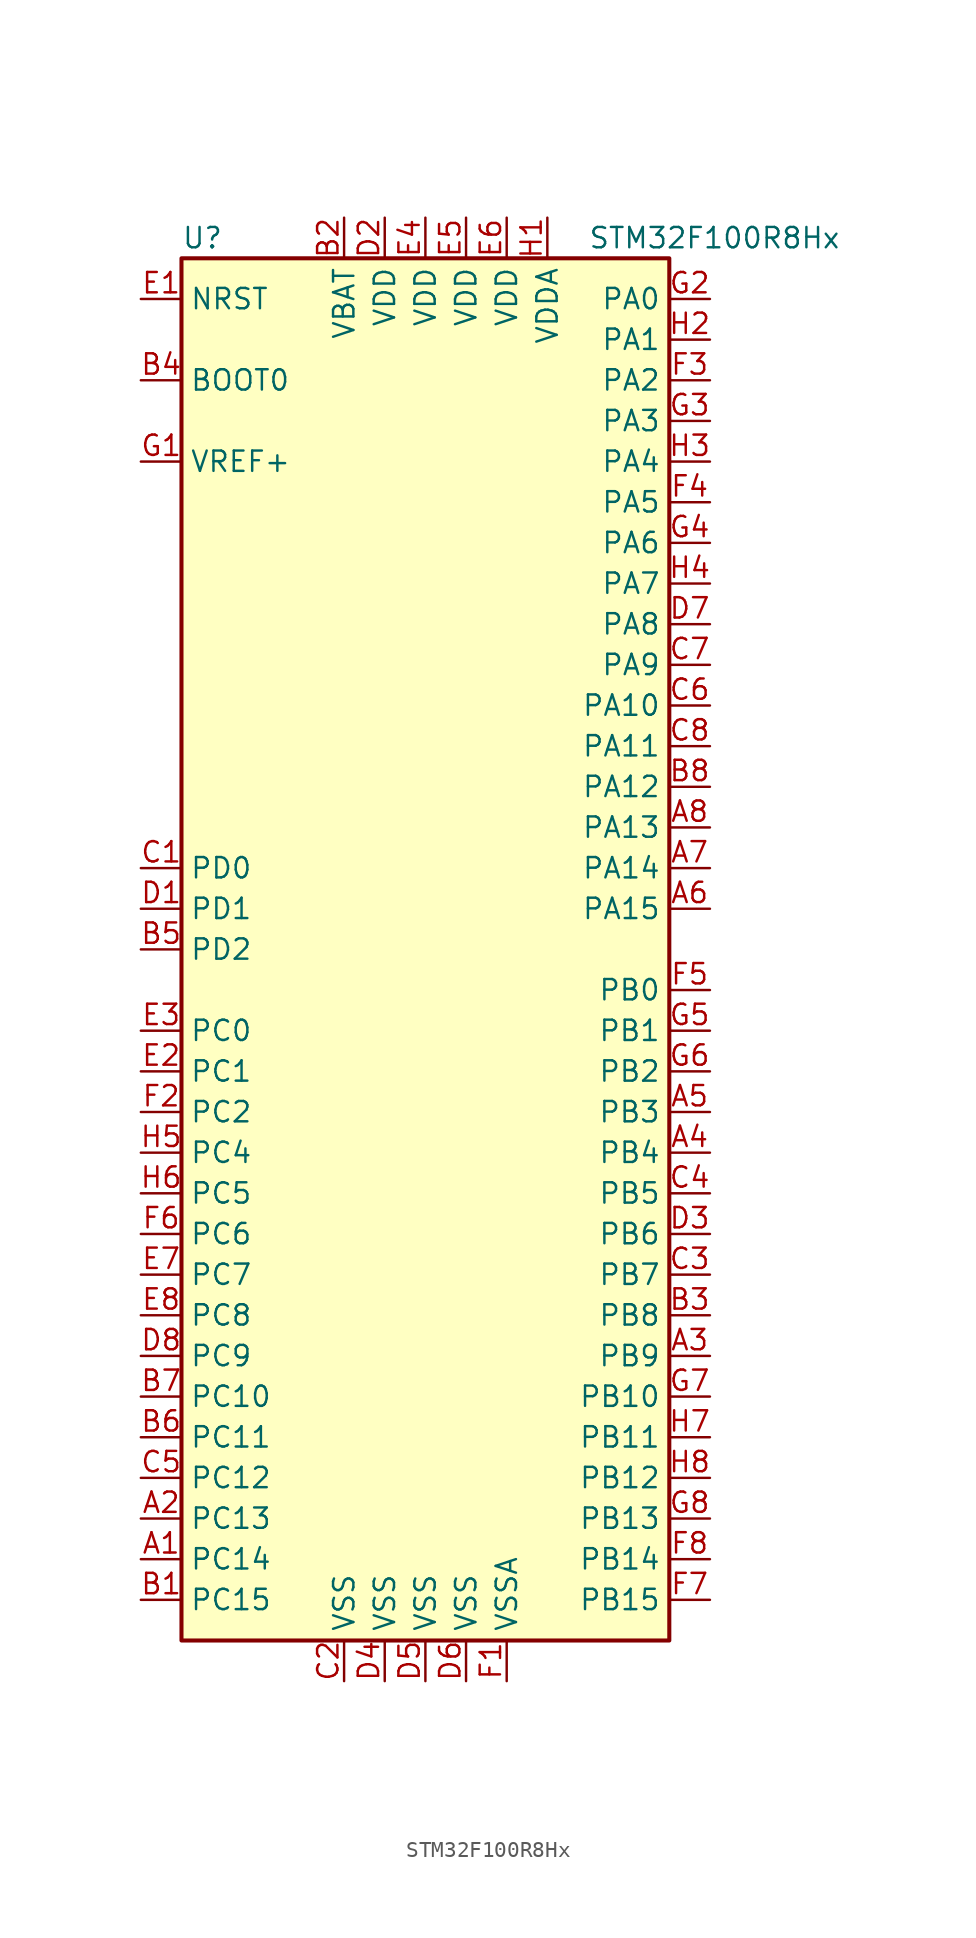
<source format=kicad_sym>
(kicad_symbol_lib
  (version 20201005)
  (generator kicad_symbol_editor)
  (symbol "MCU_ST_STM32F1:STM32F100R8Hx"
    (property "Reference" "U"
      (at -15.24 44.45 0)
      (effects (font (size 1.27 1.27)) (justify left)))
    (property "Value" "STM32F100R8Hx"
      (at 10.16 44.45 0)
      (effects (font (size 1.27 1.27)) (justify left)))
    (symbol "STM32F100R8Hx_0_1"
      (rectangle (start -15.24 -43.18) (end 15.24 43.18) (stroke (width 0.254)) (fill (type background))))
    (symbol "STM32F100R8Hx_1_1"
      (pin input line (at -17.78 35.56 0) (length 2.54) (name "BOOT0" (effects (font (size 1.27 1.27)))) (number "B4" (effects (font (size 1.27 1.27)))))
      (pin input line (at -17.78 40.64 0) (length 2.54) (name "NRST" (effects (font (size 1.27 1.27)))) (number "E1" (effects (font (size 1.27 1.27)))))
      (pin bidirectional line (at 17.78 40.64 180) (length 2.54) (name "PA0" (effects (font (size 1.27 1.27)))) (number "G2" (effects (font (size 1.27 1.27)))))
      (pin bidirectional line (at 17.78 38.1 180) (length 2.54) (name "PA1" (effects (font (size 1.27 1.27)))) (number "H2" (effects (font (size 1.27 1.27)))))
      (pin bidirectional line (at 17.78 15.24 180) (length 2.54) (name "PA10" (effects (font (size 1.27 1.27)))) (number "C6" (effects (font (size 1.27 1.27)))))
      (pin bidirectional line (at 17.78 12.7 180) (length 2.54) (name "PA11" (effects (font (size 1.27 1.27)))) (number "C8" (effects (font (size 1.27 1.27)))))
      (pin bidirectional line (at 17.78 10.16 180) (length 2.54) (name "PA12" (effects (font (size 1.27 1.27)))) (number "B8" (effects (font (size 1.27 1.27)))))
      (pin bidirectional line (at 17.78 7.62 180) (length 2.54) (name "PA13" (effects (font (size 1.27 1.27)))) (number "A8" (effects (font (size 1.27 1.27)))))
      (pin bidirectional line (at 17.78 5.08 180) (length 2.54) (name "PA14" (effects (font (size 1.27 1.27)))) (number "A7" (effects (font (size 1.27 1.27)))))
      (pin bidirectional line (at 17.78 2.54 180) (length 2.54) (name "PA15" (effects (font (size 1.27 1.27)))) (number "A6" (effects (font (size 1.27 1.27)))))
      (pin bidirectional line (at 17.78 35.56 180) (length 2.54) (name "PA2" (effects (font (size 1.27 1.27)))) (number "F3" (effects (font (size 1.27 1.27)))))
      (pin bidirectional line (at 17.78 33.02 180) (length 2.54) (name "PA3" (effects (font (size 1.27 1.27)))) (number "G3" (effects (font (size 1.27 1.27)))))
      (pin bidirectional line (at 17.78 30.48 180) (length 2.54) (name "PA4" (effects (font (size 1.27 1.27)))) (number "H3" (effects (font (size 1.27 1.27)))))
      (pin bidirectional line (at 17.78 27.94 180) (length 2.54) (name "PA5" (effects (font (size 1.27 1.27)))) (number "F4" (effects (font (size 1.27 1.27)))))
      (pin bidirectional line (at 17.78 25.4 180) (length 2.54) (name "PA6" (effects (font (size 1.27 1.27)))) (number "G4" (effects (font (size 1.27 1.27)))))
      (pin bidirectional line (at 17.78 22.86 180) (length 2.54) (name "PA7" (effects (font (size 1.27 1.27)))) (number "H4" (effects (font (size 1.27 1.27)))))
      (pin bidirectional line (at 17.78 20.32 180) (length 2.54) (name "PA8" (effects (font (size 1.27 1.27)))) (number "D7" (effects (font (size 1.27 1.27)))))
      (pin bidirectional line (at 17.78 17.78 180) (length 2.54) (name "PA9" (effects (font (size 1.27 1.27)))) (number "C7" (effects (font (size 1.27 1.27)))))
      (pin bidirectional line (at 17.78 -2.54 180) (length 2.54) (name "PB0" (effects (font (size 1.27 1.27)))) (number "F5" (effects (font (size 1.27 1.27)))))
      (pin bidirectional line (at 17.78 -5.08 180) (length 2.54) (name "PB1" (effects (font (size 1.27 1.27)))) (number "G5" (effects (font (size 1.27 1.27)))))
      (pin bidirectional line (at 17.78 -27.94 180) (length 2.54) (name "PB10" (effects (font (size 1.27 1.27)))) (number "G7" (effects (font (size 1.27 1.27)))))
      (pin bidirectional line (at 17.78 -30.48 180) (length 2.54) (name "PB11" (effects (font (size 1.27 1.27)))) (number "H7" (effects (font (size 1.27 1.27)))))
      (pin bidirectional line (at 17.78 -33.02 180) (length 2.54) (name "PB12" (effects (font (size 1.27 1.27)))) (number "H8" (effects (font (size 1.27 1.27)))))
      (pin bidirectional line (at 17.78 -35.56 180) (length 2.54) (name "PB13" (effects (font (size 1.27 1.27)))) (number "G8" (effects (font (size 1.27 1.27)))))
      (pin bidirectional line (at 17.78 -38.1 180) (length 2.54) (name "PB14" (effects (font (size 1.27 1.27)))) (number "F8" (effects (font (size 1.27 1.27)))))
      (pin bidirectional line (at 17.78 -40.64 180) (length 2.54) (name "PB15" (effects (font (size 1.27 1.27)))) (number "F7" (effects (font (size 1.27 1.27)))))
      (pin bidirectional line (at 17.78 -7.62 180) (length 2.54) (name "PB2" (effects (font (size 1.27 1.27)))) (number "G6" (effects (font (size 1.27 1.27)))))
      (pin bidirectional line (at 17.78 -10.16 180) (length 2.54) (name "PB3" (effects (font (size 1.27 1.27)))) (number "A5" (effects (font (size 1.27 1.27)))))
      (pin bidirectional line (at 17.78 -12.7 180) (length 2.54) (name "PB4" (effects (font (size 1.27 1.27)))) (number "A4" (effects (font (size 1.27 1.27)))))
      (pin bidirectional line (at 17.78 -15.24 180) (length 2.54) (name "PB5" (effects (font (size 1.27 1.27)))) (number "C4" (effects (font (size 1.27 1.27)))))
      (pin bidirectional line (at 17.78 -17.78 180) (length 2.54) (name "PB6" (effects (font (size 1.27 1.27)))) (number "D3" (effects (font (size 1.27 1.27)))))
      (pin bidirectional line (at 17.78 -20.32 180) (length 2.54) (name "PB7" (effects (font (size 1.27 1.27)))) (number "C3" (effects (font (size 1.27 1.27)))))
      (pin bidirectional line (at 17.78 -22.86 180) (length 2.54) (name "PB8" (effects (font (size 1.27 1.27)))) (number "B3" (effects (font (size 1.27 1.27)))))
      (pin bidirectional line (at 17.78 -25.4 180) (length 2.54) (name "PB9" (effects (font (size 1.27 1.27)))) (number "A3" (effects (font (size 1.27 1.27)))))
      (pin bidirectional line (at -17.78 -5.08 0) (length 2.54) (name "PC0" (effects (font (size 1.27 1.27)))) (number "E3" (effects (font (size 1.27 1.27)))))
      (pin bidirectional line (at -17.78 -7.62 0) (length 2.54) (name "PC1" (effects (font (size 1.27 1.27)))) (number "E2" (effects (font (size 1.27 1.27)))))
      (pin bidirectional line (at -17.78 -27.94 0) (length 2.54) (name "PC10" (effects (font (size 1.27 1.27)))) (number "B7" (effects (font (size 1.27 1.27)))))
      (pin bidirectional line (at -17.78 -30.48 0) (length 2.54) (name "PC11" (effects (font (size 1.27 1.27)))) (number "B6" (effects (font (size 1.27 1.27)))))
      (pin bidirectional line (at -17.78 -33.02 0) (length 2.54) (name "PC12" (effects (font (size 1.27 1.27)))) (number "C5" (effects (font (size 1.27 1.27)))))
      (pin bidirectional line (at -17.78 -35.56 0) (length 2.54) (name "PC13" (effects (font (size 1.27 1.27)))) (number "A2" (effects (font (size 1.27 1.27)))))
      (pin bidirectional line (at -17.78 -38.1 0) (length 2.54) (name "PC14" (effects (font (size 1.27 1.27)))) (number "A1" (effects (font (size 1.27 1.27)))))
      (pin bidirectional line (at -17.78 -40.64 0) (length 2.54) (name "PC15" (effects (font (size 1.27 1.27)))) (number "B1" (effects (font (size 1.27 1.27)))))
      (pin bidirectional line (at -17.78 -10.16 0) (length 2.54) (name "PC2" (effects (font (size 1.27 1.27)))) (number "F2" (effects (font (size 1.27 1.27)))))
      (pin bidirectional line (at -17.78 -12.7 0) (length 2.54) (name "PC4" (effects (font (size 1.27 1.27)))) (number "H5" (effects (font (size 1.27 1.27)))))
      (pin bidirectional line (at -17.78 -15.24 0) (length 2.54) (name "PC5" (effects (font (size 1.27 1.27)))) (number "H6" (effects (font (size 1.27 1.27)))))
      (pin bidirectional line (at -17.78 -17.78 0) (length 2.54) (name "PC6" (effects (font (size 1.27 1.27)))) (number "F6" (effects (font (size 1.27 1.27)))))
      (pin bidirectional line (at -17.78 -20.32 0) (length 2.54) (name "PC7" (effects (font (size 1.27 1.27)))) (number "E7" (effects (font (size 1.27 1.27)))))
      (pin bidirectional line (at -17.78 -22.86 0) (length 2.54) (name "PC8" (effects (font (size 1.27 1.27)))) (number "E8" (effects (font (size 1.27 1.27)))))
      (pin bidirectional line (at -17.78 -25.4 0) (length 2.54) (name "PC9" (effects (font (size 1.27 1.27)))) (number "D8" (effects (font (size 1.27 1.27)))))
      (pin input line (at -17.78 5.08 0) (length 2.54) (name "PD0" (effects (font (size 1.27 1.27)))) (number "C1" (effects (font (size 1.27 1.27)))))
      (pin input line (at -17.78 2.54 0) (length 2.54) (name "PD1" (effects (font (size 1.27 1.27)))) (number "D1" (effects (font (size 1.27 1.27)))))
      (pin bidirectional line (at -17.78 0 0) (length 2.54) (name "PD2" (effects (font (size 1.27 1.27)))) (number "B5" (effects (font (size 1.27 1.27)))))
      (pin power_in line (at -5.08 45.72 270) (length 2.54) (name "VBAT" (effects (font (size 1.27 1.27)))) (number "B2" (effects (font (size 1.27 1.27)))))
      (pin power_in line (at -2.54 45.72 270) (length 2.54) (name "VDD" (effects (font (size 1.27 1.27)))) (number "D2" (effects (font (size 1.27 1.27)))))
      (pin power_in line (at 0 45.72 270) (length 2.54) (name "VDD" (effects (font (size 1.27 1.27)))) (number "E4" (effects (font (size 1.27 1.27)))))
      (pin power_in line (at 2.54 45.72 270) (length 2.54) (name "VDD" (effects (font (size 1.27 1.27)))) (number "E5" (effects (font (size 1.27 1.27)))))
      (pin power_in line (at 5.08 45.72 270) (length 2.54) (name "VDD" (effects (font (size 1.27 1.27)))) (number "E6" (effects (font (size 1.27 1.27)))))
      (pin power_in line (at 7.62 45.72 270) (length 2.54) (name "VDDA" (effects (font (size 1.27 1.27)))) (number "H1" (effects (font (size 1.27 1.27)))))
      (pin power_in line (at -17.78 30.48 0) (length 2.54) (name "VREF+" (effects (font (size 1.27 1.27)))) (number "G1" (effects (font (size 1.27 1.27)))))
      (pin power_in line (at -5.08 -45.72 90) (length 2.54) (name "VSS" (effects (font (size 1.27 1.27)))) (number "C2" (effects (font (size 1.27 1.27)))))
      (pin power_in line (at -2.54 -45.72 90) (length 2.54) (name "VSS" (effects (font (size 1.27 1.27)))) (number "D4" (effects (font (size 1.27 1.27)))))
      (pin power_in line (at 0 -45.72 90) (length 2.54) (name "VSS" (effects (font (size 1.27 1.27)))) (number "D5" (effects (font (size 1.27 1.27)))))
      (pin power_in line (at 2.54 -45.72 90) (length 2.54) (name "VSS" (effects (font (size 1.27 1.27)))) (number "D6" (effects (font (size 1.27 1.27)))))
      (pin power_in line (at 5.08 -45.72 90) (length 2.54) (name "VSSA" (effects (font (size 1.27 1.27)))) (number "F1" (effects (font (size 1.27 1.27))))))))
</source>
